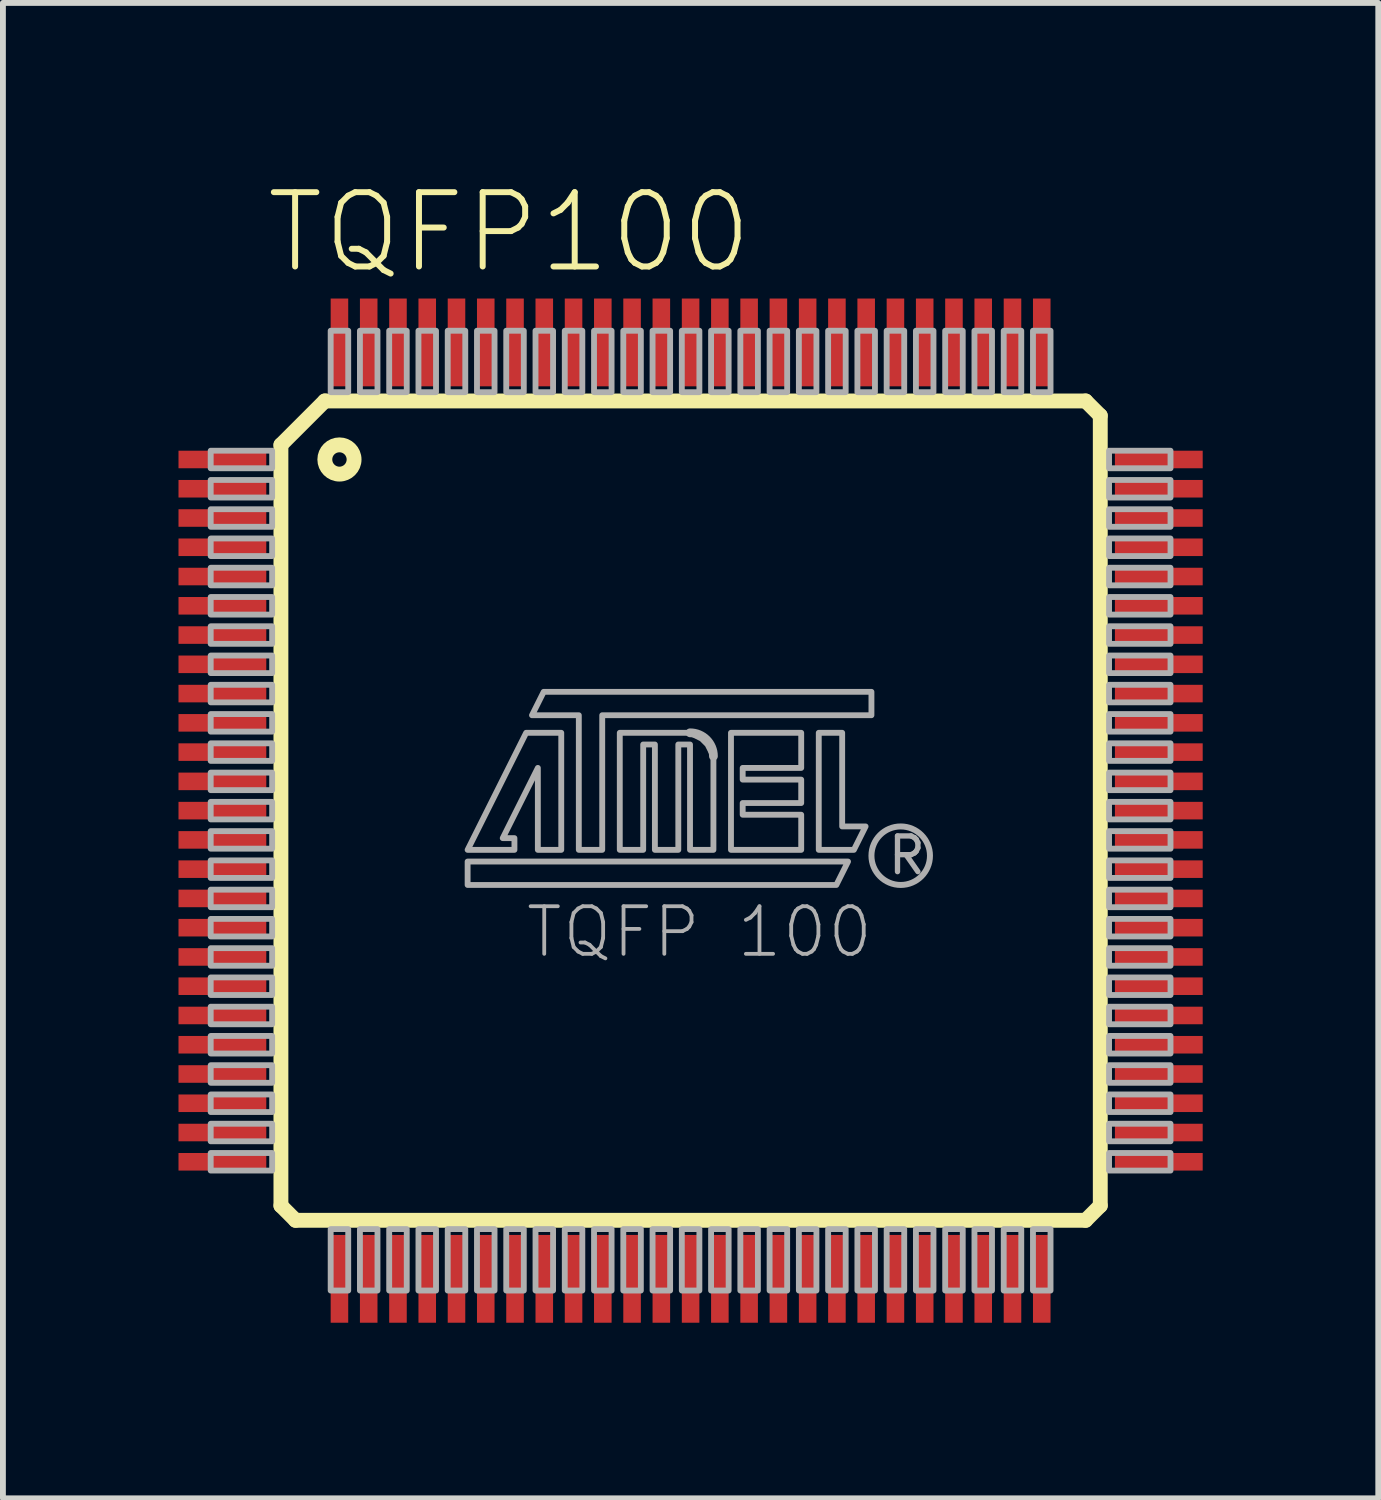
<source format=kicad_pcb>
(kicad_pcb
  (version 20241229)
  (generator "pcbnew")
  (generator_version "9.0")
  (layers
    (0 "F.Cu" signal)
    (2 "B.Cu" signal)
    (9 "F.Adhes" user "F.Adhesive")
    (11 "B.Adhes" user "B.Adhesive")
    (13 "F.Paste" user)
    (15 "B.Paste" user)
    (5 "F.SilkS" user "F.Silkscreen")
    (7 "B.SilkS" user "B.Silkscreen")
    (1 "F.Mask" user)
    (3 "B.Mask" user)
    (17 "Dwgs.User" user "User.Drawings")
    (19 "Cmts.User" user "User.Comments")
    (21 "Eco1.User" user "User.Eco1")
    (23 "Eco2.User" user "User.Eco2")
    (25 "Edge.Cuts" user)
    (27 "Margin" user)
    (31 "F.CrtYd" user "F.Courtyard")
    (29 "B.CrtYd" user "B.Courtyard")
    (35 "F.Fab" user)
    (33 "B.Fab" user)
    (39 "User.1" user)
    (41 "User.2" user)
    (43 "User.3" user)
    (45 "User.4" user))
  (footprint "TQFP100"
    (layer "F.Cu")
    (at 8.75 10.801)
    (property "Reference" "TQFP100" (at -3.099 -9.88 0) (layer "F.SilkS") (effects (font (size 1.27 1.27) (thickness 0.102))))
    (attr through_hole)
    (fp_line (start -7 -6.25) (end -6.25 -7) (stroke (width 0.254) (type solid)) (layer "F.SilkS"))
    (fp_line (start -7 6.75) (end -7 -6.25) (stroke (width 0.254) (type solid)) (layer "F.SilkS"))
    (fp_line (start -6.75 7) (end -7 6.75) (stroke (width 0.254) (type solid)) (layer "F.SilkS"))
    (fp_line (start -6.25 -7) (end 6.75 -7) (stroke (width 0.254) (type solid)) (layer "F.SilkS"))
    (fp_line (start 6.75 -7) (end 7 -6.75) (stroke (width 0.254) (type solid)) (layer "F.SilkS"))
    (fp_line (start 6.75 7) (end -6.75 7) (stroke (width 0.254) (type solid)) (layer "F.SilkS"))
    (fp_line (start 7 -6.75) (end 7 6.75) (stroke (width 0.254) (type solid)) (layer "F.SilkS"))
    (fp_line (start 7 6.75) (end 6.75 7) (stroke (width 0.254) (type solid)) (layer "F.SilkS"))
    (fp_circle (center -6 -6) (end -5.75 -6) (stroke (width 0.254) (type solid)) (fill no) (layer "F.SilkS"))
    (fp_arc (start -0.0099 -1.3298) (mid 0.272872 -1.212672) (end 0.39 -0.9299) (stroke (width 0.15) (type solid)) (layer "F.Fab"))
    (fp_circle (center 3.59 0.77) (end 4.09 0.77) (stroke (width 0.102) (type solid)) (fill no) (layer "F.Fab"))
    (fp_poly (pts (xy -8.2 -6.15) (xy -7.15 -6.15) (xy -7.15 -5.85) (xy -8.2 -5.85)) (stroke (width 0.1) (type solid)) (fill no) (layer "F.Fab"))
    (fp_poly (pts (xy -8.2 -5.65) (xy -7.15 -5.65) (xy -7.15 -5.35) (xy -8.2 -5.35)) (stroke (width 0.1) (type solid)) (fill no) (layer "F.Fab"))
    (fp_poly (pts (xy -8.2 -5.15) (xy -7.15 -5.15) (xy -7.15 -4.85) (xy -8.2 -4.85)) (stroke (width 0.1) (type solid)) (fill no) (layer "F.Fab"))
    (fp_poly (pts (xy -8.2 -4.65) (xy -7.15 -4.65) (xy -7.15 -4.35) (xy -8.2 -4.35)) (stroke (width 0.1) (type solid)) (fill no) (layer "F.Fab"))
    (fp_poly (pts (xy -8.2 -4.15) (xy -7.15 -4.15) (xy -7.15 -3.85) (xy -8.2 -3.85)) (stroke (width 0.1) (type solid)) (fill no) (layer "F.Fab"))
    (fp_poly (pts (xy -8.2 -3.65) (xy -7.15 -3.65) (xy -7.15 -3.35) (xy -8.2 -3.35)) (stroke (width 0.1) (type solid)) (fill no) (layer "F.Fab"))
    (fp_poly (pts (xy -8.2 -3.15) (xy -7.15 -3.15) (xy -7.15 -2.85) (xy -8.2 -2.85)) (stroke (width 0.1) (type solid)) (fill no) (layer "F.Fab"))
    (fp_poly (pts (xy -8.2 -2.65) (xy -7.15 -2.65) (xy -7.15 -2.35) (xy -8.2 -2.35)) (stroke (width 0.1) (type solid)) (fill no) (layer "F.Fab"))
    (fp_poly (pts (xy -8.2 -2.15) (xy -7.15 -2.15) (xy -7.15 -1.85) (xy -8.2 -1.85)) (stroke (width 0.1) (type solid)) (fill no) (layer "F.Fab"))
    (fp_poly (pts (xy -8.2 -1.65) (xy -7.15 -1.65) (xy -7.15 -1.35) (xy -8.2 -1.35)) (stroke (width 0.1) (type solid)) (fill no) (layer "F.Fab"))
    (fp_poly (pts (xy -8.2 -1.15) (xy -7.15 -1.15) (xy -7.15 -0.85) (xy -8.2 -0.85)) (stroke (width 0.1) (type solid)) (fill no) (layer "F.Fab"))
    (fp_poly (pts (xy -8.2 -0.65) (xy -7.15 -0.65) (xy -7.15 -0.35) (xy -8.2 -0.35)) (stroke (width 0.1) (type solid)) (fill no) (layer "F.Fab"))
    (fp_poly (pts (xy -8.2 -0.15) (xy -7.15 -0.15) (xy -7.15 0.15) (xy -8.2 0.15)) (stroke (width 0.1) (type solid)) (fill no) (layer "F.Fab"))
    (fp_poly (pts (xy -8.2 0.35) (xy -7.15 0.35) (xy -7.15 0.65) (xy -8.2 0.65)) (stroke (width 0.1) (type solid)) (fill no) (layer "F.Fab"))
    (fp_poly (pts (xy -8.2 0.85) (xy -7.15 0.85) (xy -7.15 1.15) (xy -8.2 1.15)) (stroke (width 0.1) (type solid)) (fill no) (layer "F.Fab"))
    (fp_poly (pts (xy -8.2 1.35) (xy -7.15 1.35) (xy -7.15 1.65) (xy -8.2 1.65)) (stroke (width 0.1) (type solid)) (fill no) (layer "F.Fab"))
    (fp_poly (pts (xy -8.2 1.85) (xy -7.15 1.85) (xy -7.15 2.15) (xy -8.2 2.15)) (stroke (width 0.1) (type solid)) (fill no) (layer "F.Fab"))
    (fp_poly (pts (xy -8.2 2.35) (xy -7.15 2.35) (xy -7.15 2.65) (xy -8.2 2.65)) (stroke (width 0.1) (type solid)) (fill no) (layer "F.Fab"))
    (fp_poly (pts (xy -8.2 2.85) (xy -7.15 2.85) (xy -7.15 3.15) (xy -8.2 3.15)) (stroke (width 0.1) (type solid)) (fill no) (layer "F.Fab"))
    (fp_poly (pts (xy -8.2 3.35) (xy -7.15 3.35) (xy -7.15 3.65) (xy -8.2 3.65)) (stroke (width 0.1) (type solid)) (fill no) (layer "F.Fab"))
    (fp_poly (pts (xy -8.2 3.85) (xy -7.15 3.85) (xy -7.15 4.15) (xy -8.2 4.15)) (stroke (width 0.1) (type solid)) (fill no) (layer "F.Fab"))
    (fp_poly (pts (xy -8.2 4.35) (xy -7.15 4.35) (xy -7.15 4.65) (xy -8.2 4.65)) (stroke (width 0.1) (type solid)) (fill no) (layer "F.Fab"))
    (fp_poly (pts (xy -8.2 4.85) (xy -7.15 4.85) (xy -7.15 5.15) (xy -8.2 5.15)) (stroke (width 0.1) (type solid)) (fill no) (layer "F.Fab"))
    (fp_poly (pts (xy -8.2 5.35) (xy -7.15 5.35) (xy -7.15 5.65) (xy -8.2 5.65)) (stroke (width 0.1) (type solid)) (fill no) (layer "F.Fab"))
    (fp_poly (pts (xy -8.2 5.85) (xy -7.15 5.85) (xy -7.15 6.15) (xy -8.2 6.15)) (stroke (width 0.1) (type solid)) (fill no) (layer "F.Fab"))
    (fp_poly (pts (xy -6.15 -8.2) (xy -5.85 -8.2) (xy -5.85 -7.15) (xy -6.15 -7.15)) (stroke (width 0.1) (type solid)) (fill no) (layer "F.Fab"))
    (fp_poly (pts (xy -6.15 7.15) (xy -5.85 7.15) (xy -5.85 8.2) (xy -6.15 8.2)) (stroke (width 0.1) (type solid)) (fill no) (layer "F.Fab"))
    (fp_poly (pts (xy -5.65 -8.2) (xy -5.35 -8.2) (xy -5.35 -7.15) (xy -5.65 -7.15)) (stroke (width 0.1) (type solid)) (fill no) (layer "F.Fab"))
    (fp_poly (pts (xy -5.65 7.15) (xy -5.35 7.15) (xy -5.35 8.2) (xy -5.65 8.2)) (stroke (width 0.1) (type solid)) (fill no) (layer "F.Fab"))
    (fp_poly (pts (xy -5.15 -8.2) (xy -4.85 -8.2) (xy -4.85 -7.15) (xy -5.15 -7.15)) (stroke (width 0.1) (type solid)) (fill no) (layer "F.Fab"))
    (fp_poly (pts (xy -5.15 7.15) (xy -4.85 7.15) (xy -4.85 8.2) (xy -5.15 8.2)) (stroke (width 0.1) (type solid)) (fill no) (layer "F.Fab"))
    (fp_poly (pts (xy -4.65 -8.2) (xy -4.35 -8.2) (xy -4.35 -7.15) (xy -4.65 -7.15)) (stroke (width 0.1) (type solid)) (fill no) (layer "F.Fab"))
    (fp_poly (pts (xy -4.65 7.15) (xy -4.35 7.15) (xy -4.35 8.2) (xy -4.65 8.2)) (stroke (width 0.1) (type solid)) (fill no) (layer "F.Fab"))
    (fp_poly (pts (xy -4.15 -8.2) (xy -3.85 -8.2) (xy -3.85 -7.15) (xy -4.15 -7.15)) (stroke (width 0.1) (type solid)) (fill no) (layer "F.Fab"))
    (fp_poly (pts (xy -4.15 7.15) (xy -3.85 7.15) (xy -3.85 8.2) (xy -4.15 8.2)) (stroke (width 0.1) (type solid)) (fill no) (layer "F.Fab"))
    (fp_poly (pts (xy -3.81 0.87) (xy -3.81 1.27) (xy 2.49 1.27) (xy 2.69 0.87)) (stroke (width 0.1) (type solid)) (fill no) (layer "F.Fab"))
    (fp_poly (pts (xy -3.65 -8.2) (xy -3.35 -8.2) (xy -3.35 -7.15) (xy -3.65 -7.15)) (stroke (width 0.1) (type solid)) (fill no) (layer "F.Fab"))
    (fp_poly (pts (xy -3.65 7.15) (xy -3.35 7.15) (xy -3.35 8.2) (xy -3.65 8.2)) (stroke (width 0.1) (type solid)) (fill no) (layer "F.Fab"))
    (fp_poly (pts (xy -3.15 -8.2) (xy -2.85 -8.2) (xy -2.85 -7.15) (xy -3.15 -7.15)) (stroke (width 0.1) (type solid)) (fill no) (layer "F.Fab"))
    (fp_poly (pts (xy -3.15 7.15) (xy -2.85 7.15) (xy -2.85 8.2) (xy -3.15 8.2)) (stroke (width 0.1) (type solid)) (fill no) (layer "F.Fab"))
    (fp_poly (pts (xy -2.65 -8.2) (xy -2.35 -8.2) (xy -2.35 -7.15) (xy -2.65 -7.15)) (stroke (width 0.1) (type solid)) (fill no) (layer "F.Fab"))
    (fp_poly (pts (xy -2.65 7.15) (xy -2.35 7.15) (xy -2.35 8.2) (xy -2.65 8.2)) (stroke (width 0.1) (type solid)) (fill no) (layer "F.Fab"))
    (fp_poly (pts (xy -2.15 -8.2) (xy -1.85 -8.2) (xy -1.85 -7.15) (xy -2.15 -7.15)) (stroke (width 0.1) (type solid)) (fill no) (layer "F.Fab"))
    (fp_poly (pts (xy -2.15 7.15) (xy -1.85 7.15) (xy -1.85 8.2) (xy -2.15 8.2)) (stroke (width 0.1) (type solid)) (fill no) (layer "F.Fab"))
    (fp_poly (pts (xy -1.65 -8.2) (xy -1.35 -8.2) (xy -1.35 -7.15) (xy -1.65 -7.15)) (stroke (width 0.1) (type solid)) (fill no) (layer "F.Fab"))
    (fp_poly (pts (xy -1.65 7.15) (xy -1.35 7.15) (xy -1.35 8.2) (xy -1.65 8.2)) (stroke (width 0.1) (type solid)) (fill no) (layer "F.Fab"))
    (fp_poly (pts (xy -1.15 -8.2) (xy -0.85 -8.2) (xy -0.85 -7.15) (xy -1.15 -7.15)) (stroke (width 0.1) (type solid)) (fill no) (layer "F.Fab"))
    (fp_poly (pts (xy -1.15 7.15) (xy -0.85 7.15) (xy -0.85 8.2) (xy -1.15 8.2)) (stroke (width 0.1) (type solid)) (fill no) (layer "F.Fab"))
    (fp_poly (pts (xy -0.65 -8.2) (xy -0.35 -8.2) (xy -0.35 -7.15) (xy -0.65 -7.15)) (stroke (width 0.1) (type solid)) (fill no) (layer "F.Fab"))
    (fp_poly (pts (xy -0.65 7.15) (xy -0.35 7.15) (xy -0.35 8.2) (xy -0.65 8.2)) (stroke (width 0.1) (type solid)) (fill no) (layer "F.Fab"))
    (fp_poly (pts (xy -0.15 -8.2) (xy 0.15 -8.2) (xy 0.15 -7.15) (xy -0.15 -7.15)) (stroke (width 0.1) (type solid)) (fill no) (layer "F.Fab"))
    (fp_poly (pts (xy -0.15 7.15) (xy 0.15 7.15) (xy 0.15 8.2) (xy -0.15 8.2)) (stroke (width 0.1) (type solid)) (fill no) (layer "F.Fab"))
    (fp_poly (pts (xy 0.35 -8.2) (xy 0.65 -8.2) (xy 0.65 -7.15) (xy 0.35 -7.15)) (stroke (width 0.1) (type solid)) (fill no) (layer "F.Fab"))
    (fp_poly (pts (xy 0.35 7.15) (xy 0.65 7.15) (xy 0.65 8.2) (xy 0.35 8.2)) (stroke (width 0.1) (type solid)) (fill no) (layer "F.Fab"))
    (fp_poly (pts (xy 0.85 -8.2) (xy 1.15 -8.2) (xy 1.15 -7.15) (xy 0.85 -7.15)) (stroke (width 0.1) (type solid)) (fill no) (layer "F.Fab"))
    (fp_poly (pts (xy 0.85 7.15) (xy 1.15 7.15) (xy 1.15 8.2) (xy 0.85 8.2)) (stroke (width 0.1) (type solid)) (fill no) (layer "F.Fab"))
    (fp_poly (pts (xy 1.35 -8.2) (xy 1.65 -8.2) (xy 1.65 -7.15) (xy 1.35 -7.15)) (stroke (width 0.1) (type solid)) (fill no) (layer "F.Fab"))
    (fp_poly (pts (xy 1.35 7.15) (xy 1.65 7.15) (xy 1.65 8.2) (xy 1.35 8.2)) (stroke (width 0.1) (type solid)) (fill no) (layer "F.Fab"))
    (fp_poly (pts (xy 1.85 -8.2) (xy 2.15 -8.2) (xy 2.15 -7.15) (xy 1.85 -7.15)) (stroke (width 0.1) (type solid)) (fill no) (layer "F.Fab"))
    (fp_poly (pts (xy 1.85 7.15) (xy 2.15 7.15) (xy 2.15 8.2) (xy 1.85 8.2)) (stroke (width 0.1) (type solid)) (fill no) (layer "F.Fab"))
    (fp_poly (pts (xy 2.35 -8.2) (xy 2.65 -8.2) (xy 2.65 -7.15) (xy 2.35 -7.15)) (stroke (width 0.1) (type solid)) (fill no) (layer "F.Fab"))
    (fp_poly (pts (xy 2.35 7.15) (xy 2.65 7.15) (xy 2.65 8.2) (xy 2.35 8.2)) (stroke (width 0.1) (type solid)) (fill no) (layer "F.Fab"))
    (fp_poly (pts (xy 2.85 -8.2) (xy 3.15 -8.2) (xy 3.15 -7.15) (xy 2.85 -7.15)) (stroke (width 0.1) (type solid)) (fill no) (layer "F.Fab"))
    (fp_poly (pts (xy 2.85 7.15) (xy 3.15 7.15) (xy 3.15 8.2) (xy 2.85 8.2)) (stroke (width 0.1) (type solid)) (fill no) (layer "F.Fab"))
    (fp_poly (pts (xy 3.35 -8.2) (xy 3.65 -8.2) (xy 3.65 -7.15) (xy 3.35 -7.15)) (stroke (width 0.1) (type solid)) (fill no) (layer "F.Fab"))
    (fp_poly (pts (xy 3.35 7.15) (xy 3.65 7.15) (xy 3.65 8.2) (xy 3.35 8.2)) (stroke (width 0.1) (type solid)) (fill no) (layer "F.Fab"))
    (fp_poly (pts (xy 3.85 -8.2) (xy 4.15 -8.2) (xy 4.15 -7.15) (xy 3.85 -7.15)) (stroke (width 0.1) (type solid)) (fill no) (layer "F.Fab"))
    (fp_poly (pts (xy 3.85 7.15) (xy 4.15 7.15) (xy 4.15 8.2) (xy 3.85 8.2)) (stroke (width 0.1) (type solid)) (fill no) (layer "F.Fab"))
    (fp_poly (pts (xy 4.35 -8.2) (xy 4.65 -8.2) (xy 4.65 -7.15) (xy 4.35 -7.15)) (stroke (width 0.1) (type solid)) (fill no) (layer "F.Fab"))
    (fp_poly (pts (xy 4.35 7.15) (xy 4.65 7.15) (xy 4.65 8.2) (xy 4.35 8.2)) (stroke (width 0.1) (type solid)) (fill no) (layer "F.Fab"))
    (fp_poly (pts (xy 4.85 -8.2) (xy 5.15 -8.2) (xy 5.15 -7.15) (xy 4.85 -7.15)) (stroke (width 0.1) (type solid)) (fill no) (layer "F.Fab"))
    (fp_poly (pts (xy 4.85 7.15) (xy 5.15 7.15) (xy 5.15 8.2) (xy 4.85 8.2)) (stroke (width 0.1) (type solid)) (fill no) (layer "F.Fab"))
    (fp_poly (pts (xy 5.35 -8.2) (xy 5.65 -8.2) (xy 5.65 -7.15) (xy 5.35 -7.15)) (stroke (width 0.1) (type solid)) (fill no) (layer "F.Fab"))
    (fp_poly (pts (xy 5.35 7.15) (xy 5.65 7.15) (xy 5.65 8.2) (xy 5.35 8.2)) (stroke (width 0.1) (type solid)) (fill no) (layer "F.Fab"))
    (fp_poly (pts (xy 5.85 -8.2) (xy 6.15 -8.2) (xy 6.15 -7.15) (xy 5.85 -7.15)) (stroke (width 0.1) (type solid)) (fill no) (layer "F.Fab"))
    (fp_poly (pts (xy 5.85 7.15) (xy 6.15 7.15) (xy 6.15 8.2) (xy 5.85 8.2)) (stroke (width 0.1) (type solid)) (fill no) (layer "F.Fab"))
    (fp_poly (pts (xy 7.15 -6.15) (xy 8.2 -6.15) (xy 8.2 -5.85) (xy 7.15 -5.85)) (stroke (width 0.1) (type solid)) (fill no) (layer "F.Fab"))
    (fp_poly (pts (xy 7.15 -5.65) (xy 8.2 -5.65) (xy 8.2 -5.35) (xy 7.15 -5.35)) (stroke (width 0.1) (type solid)) (fill no) (layer "F.Fab"))
    (fp_poly (pts (xy 7.15 -5.15) (xy 8.2 -5.15) (xy 8.2 -4.85) (xy 7.15 -4.85)) (stroke (width 0.1) (type solid)) (fill no) (layer "F.Fab"))
    (fp_poly (pts (xy 7.15 -4.65) (xy 8.2 -4.65) (xy 8.2 -4.35) (xy 7.15 -4.35)) (stroke (width 0.1) (type solid)) (fill no) (layer "F.Fab"))
    (fp_poly (pts (xy 7.15 -4.15) (xy 8.2 -4.15) (xy 8.2 -3.85) (xy 7.15 -3.85)) (stroke (width 0.1) (type solid)) (fill no) (layer "F.Fab"))
    (fp_poly (pts (xy 7.15 -3.65) (xy 8.2 -3.65) (xy 8.2 -3.35) (xy 7.15 -3.35)) (stroke (width 0.1) (type solid)) (fill no) (layer "F.Fab"))
    (fp_poly (pts (xy 7.15 -3.15) (xy 8.2 -3.15) (xy 8.2 -2.85) (xy 7.15 -2.85)) (stroke (width 0.1) (type solid)) (fill no) (layer "F.Fab"))
    (fp_poly (pts (xy 7.15 -2.65) (xy 8.2 -2.65) (xy 8.2 -2.35) (xy 7.15 -2.35)) (stroke (width 0.1) (type solid)) (fill no) (layer "F.Fab"))
    (fp_poly (pts (xy 7.15 -2.15) (xy 8.2 -2.15) (xy 8.2 -1.85) (xy 7.15 -1.85)) (stroke (width 0.1) (type solid)) (fill no) (layer "F.Fab"))
    (fp_poly (pts (xy 7.15 -1.65) (xy 8.2 -1.65) (xy 8.2 -1.35) (xy 7.15 -1.35)) (stroke (width 0.1) (type solid)) (fill no) (layer "F.Fab"))
    (fp_poly (pts (xy 7.15 -1.15) (xy 8.2 -1.15) (xy 8.2 -0.85) (xy 7.15 -0.85)) (stroke (width 0.1) (type solid)) (fill no) (layer "F.Fab"))
    (fp_poly (pts (xy 7.15 -0.65) (xy 8.2 -0.65) (xy 8.2 -0.35) (xy 7.15 -0.35)) (stroke (width 0.1) (type solid)) (fill no) (layer "F.Fab"))
    (fp_poly (pts (xy 7.15 -0.15) (xy 8.2 -0.15) (xy 8.2 0.15) (xy 7.15 0.15)) (stroke (width 0.1) (type solid)) (fill no) (layer "F.Fab"))
    (fp_poly (pts (xy 7.15 0.35) (xy 8.2 0.35) (xy 8.2 0.65) (xy 7.15 0.65)) (stroke (width 0.1) (type solid)) (fill no) (layer "F.Fab"))
    (fp_poly (pts (xy 7.15 0.85) (xy 8.2 0.85) (xy 8.2 1.15) (xy 7.15 1.15)) (stroke (width 0.1) (type solid)) (fill no) (layer "F.Fab"))
    (fp_poly (pts (xy 7.15 1.35) (xy 8.2 1.35) (xy 8.2 1.65) (xy 7.15 1.65)) (stroke (width 0.1) (type solid)) (fill no) (layer "F.Fab"))
    (fp_poly (pts (xy 7.15 1.85) (xy 8.2 1.85) (xy 8.2 2.15) (xy 7.15 2.15)) (stroke (width 0.1) (type solid)) (fill no) (layer "F.Fab"))
    (fp_poly (pts (xy 7.15 2.35) (xy 8.2 2.35) (xy 8.2 2.65) (xy 7.15 2.65)) (stroke (width 0.1) (type solid)) (fill no) (layer "F.Fab"))
    (fp_poly (pts (xy 7.15 2.85) (xy 8.2 2.85) (xy 8.2 3.15) (xy 7.15 3.15)) (stroke (width 0.1) (type solid)) (fill no) (layer "F.Fab"))
    (fp_poly (pts (xy 7.15 3.35) (xy 8.2 3.35) (xy 8.2 3.65) (xy 7.15 3.65)) (stroke (width 0.1) (type solid)) (fill no) (layer "F.Fab"))
    (fp_poly (pts (xy 7.15 3.85) (xy 8.2 3.85) (xy 8.2 4.15) (xy 7.15 4.15)) (stroke (width 0.1) (type solid)) (fill no) (layer "F.Fab"))
    (fp_poly (pts (xy 7.15 4.35) (xy 8.2 4.35) (xy 8.2 4.65) (xy 7.15 4.65)) (stroke (width 0.1) (type solid)) (fill no) (layer "F.Fab"))
    (fp_poly (pts (xy 7.15 4.85) (xy 8.2 4.85) (xy 8.2 5.15) (xy 7.15 5.15)) (stroke (width 0.1) (type solid)) (fill no) (layer "F.Fab"))
    (fp_poly (pts (xy 7.15 5.35) (xy 8.2 5.35) (xy 8.2 5.65) (xy 7.15 5.65)) (stroke (width 0.1) (type solid)) (fill no) (layer "F.Fab"))
    (fp_poly (pts (xy 7.15 5.85) (xy 8.2 5.85) (xy 8.2 6.15) (xy 7.15 6.15)) (stroke (width 0.1) (type solid)) (fill no) (layer "F.Fab"))
    (fp_poly (pts (xy 2.19 -1.33) (xy 2.19 0.67) (xy 2.79 0.67) (xy 2.99 0.27) (xy 2.59 0.27) (xy 2.59 -1.33)) (stroke (width 0.1) (type solid)) (fill no) (layer "F.Fab"))
    (fp_poly (pts (xy -2.71 -1.63) (xy -2.51 -2.03) (xy 3.09 -2.03) (xy 3.09 -1.63) (xy -1.51 -1.63) (xy -1.51 0.67) (xy -1.91 0.67) (xy -1.91 -1.63)) (stroke (width 0.1) (type solid)) (fill no) (layer "F.Fab"))
    (fp_poly (pts (xy -3.81 0.67) (xy -2.81 -1.33) (xy -2.21 -1.33) (xy -2.21 0.67) (xy -2.61 0.67) (xy -2.61 -0.73) (xy -3.21 0.47) (xy -3.01 0.47) (xy -3.01 0.67)) (stroke (width 0.1) (type solid)) (fill no) (layer "F.Fab"))
    (fp_poly (pts (xy 0.69 -1.33) (xy 0.69 0.67) (xy 1.89 0.67) (xy 1.89 0.07) (xy 0.89 0.07) (xy 0.89 -0.13) (xy 1.89 -0.13) (xy 1.89 -0.53) (xy 0.89 -0.53) (xy 0.89 -0.73) (xy 1.89 -0.73) (xy 1.89 -1.33)) (stroke (width 0.1) (type solid)) (fill no) (layer "F.Fab"))
    (fp_poly (pts (xy -1.21 -1.33) (xy -1.21 0.67) (xy -0.81 0.67) (xy -0.81 -1.13) (xy -0.61 -1.13) (xy -0.61 0.67) (xy -0.21 0.67) (xy -0.21 -1.13) (xy -0.01 -1.13) (xy -0.01 0.67) (xy 0.39 0.67) (xy 0.39 -0.93) (xy 0.29 -1.13) (xy 0.19 -1.23) (xy -0.01 -1.33)) (stroke (width 0.1) (type solid)) (fill no) (layer "F.Fab"))
    (fp_text user "TQFP 100" (at 0.151 2.074 0) (layer "F.Fab") (effects (font (size 0.813 0.813) (thickness 0.065))))
    (fp_text user "R" (at 3.695 0.765 0) (layer "F.Fab") (effects (font (size 0.61 0.61) (thickness 0.091))))
    (pad "1" smd rect (at -8 -6) (size 1.5 0.3) (layers "F.Cu" "F.Mask" "F.Paste"))
    (pad "2" smd rect (at -8 -5.5) (size 1.5 0.3) (layers "F.Cu" "F.Mask" "F.Paste"))
    (pad "3" smd rect (at -8 -5) (size 1.5 0.3) (layers "F.Cu" "F.Mask" "F.Paste"))
    (pad "4" smd rect (at -8 -4.5) (size 1.5 0.3) (layers "F.Cu" "F.Mask" "F.Paste"))
    (pad "5" smd rect (at -8 -4) (size 1.5 0.3) (layers "F.Cu" "F.Mask" "F.Paste"))
    (pad "6" smd rect (at -8 -3.5) (size 1.5 0.3) (layers "F.Cu" "F.Mask" "F.Paste"))
    (pad "7" smd rect (at -8 -3) (size 1.5 0.3) (layers "F.Cu" "F.Mask" "F.Paste"))
    (pad "8" smd rect (at -8 -2.5) (size 1.5 0.3) (layers "F.Cu" "F.Mask" "F.Paste"))
    (pad "9" smd rect (at -8 -2) (size 1.5 0.3) (layers "F.Cu" "F.Mask" "F.Paste"))
    (pad "10" smd rect (at -8 -1.5) (size 1.5 0.3) (layers "F.Cu" "F.Mask" "F.Paste"))
    (pad "11" smd rect (at -8 -1) (size 1.5 0.3) (layers "F.Cu" "F.Mask" "F.Paste"))
    (pad "12" smd rect (at -8 -0.5) (size 1.5 0.3) (layers "F.Cu" "F.Mask" "F.Paste"))
    (pad "13" smd rect (at -8 0) (size 1.5 0.3) (layers "F.Cu" "F.Mask" "F.Paste"))
    (pad "14" smd rect (at -8 0.5) (size 1.5 0.3) (layers "F.Cu" "F.Mask" "F.Paste"))
    (pad "15" smd rect (at -8 1) (size 1.5 0.3) (layers "F.Cu" "F.Mask" "F.Paste"))
    (pad "16" smd rect (at -8 1.5) (size 1.5 0.3) (layers "F.Cu" "F.Mask" "F.Paste"))
    (pad "17" smd rect (at -8 2) (size 1.5 0.3) (layers "F.Cu" "F.Mask" "F.Paste"))
    (pad "18" smd rect (at -8 2.5) (size 1.5 0.3) (layers "F.Cu" "F.Mask" "F.Paste"))
    (pad "19" smd rect (at -8 3) (size 1.5 0.3) (layers "F.Cu" "F.Mask" "F.Paste"))
    (pad "20" smd rect (at -8 3.5) (size 1.5 0.3) (layers "F.Cu" "F.Mask" "F.Paste"))
    (pad "21" smd rect (at -8 4) (size 1.5 0.3) (layers "F.Cu" "F.Mask" "F.Paste"))
    (pad "22" smd rect (at -8 4.5) (size 1.5 0.3) (layers "F.Cu" "F.Mask" "F.Paste"))
    (pad "23" smd rect (at -8 5) (size 1.5 0.3) (layers "F.Cu" "F.Mask" "F.Paste"))
    (pad "24" smd rect (at -8 5.5) (size 1.5 0.3) (layers "F.Cu" "F.Mask" "F.Paste"))
    (pad "25" smd rect (at -8 6) (size 1.5 0.3) (layers "F.Cu" "F.Mask" "F.Paste"))
    (pad "26" smd rect (at -6 8) (size 0.3 1.5) (layers "F.Cu" "F.Mask" "F.Paste"))
    (pad "27" smd rect (at -5.5 8) (size 0.3 1.5) (layers "F.Cu" "F.Mask" "F.Paste"))
    (pad "28" smd rect (at -5 8) (size 0.3 1.5) (layers "F.Cu" "F.Mask" "F.Paste"))
    (pad "29" smd rect (at -4.5 8) (size 0.3 1.5) (layers "F.Cu" "F.Mask" "F.Paste"))
    (pad "30" smd rect (at -4 8) (size 0.3 1.5) (layers "F.Cu" "F.Mask" "F.Paste"))
    (pad "31" smd rect (at -3.5 8) (size 0.3 1.5) (layers "F.Cu" "F.Mask" "F.Paste"))
    (pad "32" smd rect (at -3 8) (size 0.3 1.5) (layers "F.Cu" "F.Mask" "F.Paste"))
    (pad "33" smd rect (at -2.5 8) (size 0.3 1.5) (layers "F.Cu" "F.Mask" "F.Paste"))
    (pad "34" smd rect (at -2 8) (size 0.3 1.5) (layers "F.Cu" "F.Mask" "F.Paste"))
    (pad "35" smd rect (at -1.5 8) (size 0.3 1.5) (layers "F.Cu" "F.Mask" "F.Paste"))
    (pad "36" smd rect (at -1 8) (size 0.3 1.5) (layers "F.Cu" "F.Mask" "F.Paste"))
    (pad "37" smd rect (at -0.5 8) (size 0.3 1.5) (layers "F.Cu" "F.Mask" "F.Paste"))
    (pad "38" smd rect (at 0 8) (size 0.3 1.5) (layers "F.Cu" "F.Mask" "F.Paste"))
    (pad "39" smd rect (at 0.5 8) (size 0.3 1.5) (layers "F.Cu" "F.Mask" "F.Paste"))
    (pad "40" smd rect (at 1 8) (size 0.3 1.5) (layers "F.Cu" "F.Mask" "F.Paste"))
    (pad "41" smd rect (at 1.5 8) (size 0.3 1.5) (layers "F.Cu" "F.Mask" "F.Paste"))
    (pad "42" smd rect (at 2 8) (size 0.3 1.5) (layers "F.Cu" "F.Mask" "F.Paste"))
    (pad "43" smd rect (at 2.5 8) (size 0.3 1.5) (layers "F.Cu" "F.Mask" "F.Paste"))
    (pad "44" smd rect (at 3 8) (size 0.3 1.5) (layers "F.Cu" "F.Mask" "F.Paste"))
    (pad "45" smd rect (at 3.5 8) (size 0.3 1.5) (layers "F.Cu" "F.Mask" "F.Paste"))
    (pad "46" smd rect (at 4 8) (size 0.3 1.5) (layers "F.Cu" "F.Mask" "F.Paste"))
    (pad "47" smd rect (at 4.5 8) (size 0.3 1.5) (layers "F.Cu" "F.Mask" "F.Paste"))
    (pad "48" smd rect (at 5 8) (size 0.3 1.5) (layers "F.Cu" "F.Mask" "F.Paste"))
    (pad "49" smd rect (at 5.5 8) (size 0.3 1.5) (layers "F.Cu" "F.Mask" "F.Paste"))
    (pad "50" smd rect (at 6 8) (size 0.3 1.5) (layers "F.Cu" "F.Mask" "F.Paste"))
    (pad "51" smd rect (at 8 6) (size 1.5 0.3) (layers "F.Cu" "F.Mask" "F.Paste"))
    (pad "52" smd rect (at 8 5.5) (size 1.5 0.3) (layers "F.Cu" "F.Mask" "F.Paste"))
    (pad "53" smd rect (at 8 5) (size 1.5 0.3) (layers "F.Cu" "F.Mask" "F.Paste"))
    (pad "54" smd rect (at 8 4.5) (size 1.5 0.3) (layers "F.Cu" "F.Mask" "F.Paste"))
    (pad "55" smd rect (at 8 4) (size 1.5 0.3) (layers "F.Cu" "F.Mask" "F.Paste"))
    (pad "56" smd rect (at 8 3.5) (size 1.5 0.3) (layers "F.Cu" "F.Mask" "F.Paste"))
    (pad "57" smd rect (at 8 3) (size 1.5 0.3) (layers "F.Cu" "F.Mask" "F.Paste"))
    (pad "58" smd rect (at 8 2.5) (size 1.5 0.3) (layers "F.Cu" "F.Mask" "F.Paste"))
    (pad "59" smd rect (at 8 2) (size 1.5 0.3) (layers "F.Cu" "F.Mask" "F.Paste"))
    (pad "60" smd rect (at 8 1.5) (size 1.5 0.3) (layers "F.Cu" "F.Mask" "F.Paste"))
    (pad "61" smd rect (at 8 1) (size 1.5 0.3) (layers "F.Cu" "F.Mask" "F.Paste"))
    (pad "62" smd rect (at 8 0.5) (size 1.5 0.3) (layers "F.Cu" "F.Mask" "F.Paste"))
    (pad "63" smd rect (at 8 0) (size 1.5 0.3) (layers "F.Cu" "F.Mask" "F.Paste"))
    (pad "64" smd rect (at 8 -0.5) (size 1.5 0.3) (layers "F.Cu" "F.Mask" "F.Paste"))
    (pad "65" smd rect (at 8 -1) (size 1.5 0.3) (layers "F.Cu" "F.Mask" "F.Paste"))
    (pad "66" smd rect (at 8 -1.5) (size 1.5 0.3) (layers "F.Cu" "F.Mask" "F.Paste"))
    (pad "67" smd rect (at 8 -2) (size 1.5 0.3) (layers "F.Cu" "F.Mask" "F.Paste"))
    (pad "68" smd rect (at 8 -2.5) (size 1.5 0.3) (layers "F.Cu" "F.Mask" "F.Paste"))
    (pad "69" smd rect (at 8 -3) (size 1.5 0.3) (layers "F.Cu" "F.Mask" "F.Paste"))
    (pad "70" smd rect (at 8 -3.5) (size 1.5 0.3) (layers "F.Cu" "F.Mask" "F.Paste"))
    (pad "71" smd rect (at 8 -4) (size 1.5 0.3) (layers "F.Cu" "F.Mask" "F.Paste"))
    (pad "72" smd rect (at 8 -4.5) (size 1.5 0.3) (layers "F.Cu" "F.Mask" "F.Paste"))
    (pad "73" smd rect (at 8 -5) (size 1.5 0.3) (layers "F.Cu" "F.Mask" "F.Paste"))
    (pad "74" smd rect (at 8 -5.5) (size 1.5 0.3) (layers "F.Cu" "F.Mask" "F.Paste"))
    (pad "75" smd rect (at 8 -6) (size 1.5 0.3) (layers "F.Cu" "F.Mask" "F.Paste"))
    (pad "76" smd rect (at 6 -8) (size 0.3 1.5) (layers "F.Cu" "F.Mask" "F.Paste"))
    (pad "77" smd rect (at 5.5 -8) (size 0.3 1.5) (layers "F.Cu" "F.Mask" "F.Paste"))
    (pad "78" smd rect (at 5 -8) (size 0.3 1.5) (layers "F.Cu" "F.Mask" "F.Paste"))
    (pad "79" smd rect (at 4.5 -8) (size 0.3 1.5) (layers "F.Cu" "F.Mask" "F.Paste"))
    (pad "80" smd rect (at 4 -8) (size 0.3 1.5) (layers "F.Cu" "F.Mask" "F.Paste"))
    (pad "81" smd rect (at 3.5 -8) (size 0.3 1.5) (layers "F.Cu" "F.Mask" "F.Paste"))
    (pad "82" smd rect (at 3 -8) (size 0.3 1.5) (layers "F.Cu" "F.Mask" "F.Paste"))
    (pad "83" smd rect (at 2.5 -8) (size 0.3 1.5) (layers "F.Cu" "F.Mask" "F.Paste"))
    (pad "84" smd rect (at 2 -8) (size 0.3 1.5) (layers "F.Cu" "F.Mask" "F.Paste"))
    (pad "85" smd rect (at 1.5 -8) (size 0.3 1.5) (layers "F.Cu" "F.Mask" "F.Paste"))
    (pad "86" smd rect (at 1 -8) (size 0.3 1.5) (layers "F.Cu" "F.Mask" "F.Paste"))
    (pad "87" smd rect (at 0.5 -8) (size 0.3 1.5) (layers "F.Cu" "F.Mask" "F.Paste"))
    (pad "88" smd rect (at 0 -8) (size 0.3 1.5) (layers "F.Cu" "F.Mask" "F.Paste"))
    (pad "89" smd rect (at -0.5 -8) (size 0.3 1.5) (layers "F.Cu" "F.Mask" "F.Paste"))
    (pad "90" smd rect (at -1 -8) (size 0.3 1.5) (layers "F.Cu" "F.Mask" "F.Paste"))
    (pad "91" smd rect (at -1.5 -8) (size 0.3 1.5) (layers "F.Cu" "F.Mask" "F.Paste"))
    (pad "92" smd rect (at -2 -8) (size 0.3 1.5) (layers "F.Cu" "F.Mask" "F.Paste"))
    (pad "93" smd rect (at -2.5 -8) (size 0.3 1.5) (layers "F.Cu" "F.Mask" "F.Paste"))
    (pad "94" smd rect (at -3 -8) (size 0.3 1.5) (layers "F.Cu" "F.Mask" "F.Paste"))
    (pad "95" smd rect (at -3.5 -8) (size 0.3 1.5) (layers "F.Cu" "F.Mask" "F.Paste"))
    (pad "96" smd rect (at -4 -8) (size 0.3 1.5) (layers "F.Cu" "F.Mask" "F.Paste"))
    (pad "97" smd rect (at -4.5 -8) (size 0.3 1.5) (layers "F.Cu" "F.Mask" "F.Paste"))
    (pad "98" smd rect (at -5 -8) (size 0.3 1.5) (layers "F.Cu" "F.Mask" "F.Paste"))
    (pad "99" smd rect (at -5.5 -8) (size 0.3 1.5) (layers "F.Cu" "F.Mask" "F.Paste"))
    (pad "100" smd rect (at -6 -8) (size 0.3 1.5) (layers "F.Cu" "F.Mask" "F.Paste")))
  (gr_rect
    (start -3 -3)
    (end 20.5 22.551)
    (stroke (width 0.1) (type default))
    (fill no)
    (layer "Edge.Cuts")))
</source>
